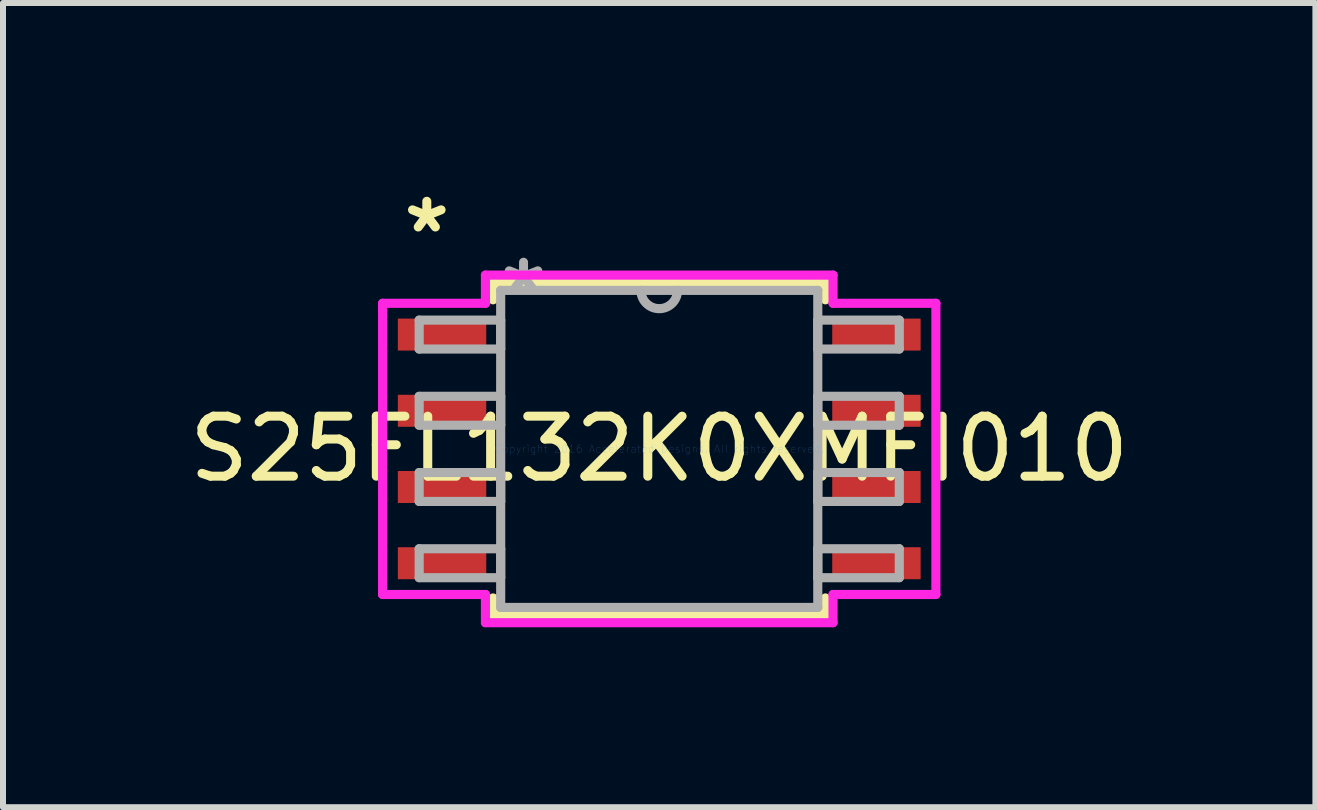
<source format=kicad_pcb>
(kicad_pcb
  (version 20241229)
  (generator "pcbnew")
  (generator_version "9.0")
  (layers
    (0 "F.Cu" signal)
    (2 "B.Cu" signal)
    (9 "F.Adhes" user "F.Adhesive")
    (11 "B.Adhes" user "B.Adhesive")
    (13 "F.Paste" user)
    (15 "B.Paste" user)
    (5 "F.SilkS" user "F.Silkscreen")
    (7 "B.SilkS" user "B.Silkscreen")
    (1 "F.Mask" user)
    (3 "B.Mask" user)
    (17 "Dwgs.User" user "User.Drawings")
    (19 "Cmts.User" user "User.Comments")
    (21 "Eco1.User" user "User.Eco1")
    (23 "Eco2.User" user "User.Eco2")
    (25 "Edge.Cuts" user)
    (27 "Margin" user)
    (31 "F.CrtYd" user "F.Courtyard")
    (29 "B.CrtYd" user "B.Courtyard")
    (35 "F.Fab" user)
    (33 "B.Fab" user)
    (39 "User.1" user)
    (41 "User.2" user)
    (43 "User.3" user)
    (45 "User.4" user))
  (footprint "S25FL132K0XMFI010"
    (layer "F.Cu")
    (at 7.935 4.43)
    (property "Reference" "S25FL132K0XMFI010" (at 0 0 0) (layer "F.SilkS") (effects (font (size 1 1) (thickness 0.15))))
    (attr through_hole)
    (fp_line (start -2.769 -2.769) (end -2.769 -2.484) (stroke (width 0.152) (type solid)) (layer "F.SilkS"))
    (fp_line (start -2.769 2.484) (end -2.769 2.769) (stroke (width 0.152) (type solid)) (layer "F.SilkS"))
    (fp_line (start -2.769 2.769) (end 2.769 2.769) (stroke (width 0.152) (type solid)) (layer "F.SilkS"))
    (fp_line (start 2.769 -2.769) (end -2.769 -2.769) (stroke (width 0.152) (type solid)) (layer "F.SilkS"))
    (fp_line (start 2.769 -2.484) (end 2.769 -2.769) (stroke (width 0.152) (type solid)) (layer "F.SilkS"))
    (fp_line (start 2.769 2.769) (end 2.769 2.484) (stroke (width 0.152) (type solid)) (layer "F.SilkS"))
    (fp_line (start -4.61 -2.426) (end -2.896 -2.426) (stroke (width 0.152) (type solid)) (layer "F.CrtYd"))
    (fp_line (start -4.61 2.426) (end -4.61 -2.426) (stroke (width 0.152) (type solid)) (layer "F.CrtYd"))
    (fp_line (start -2.896 -2.896) (end 2.896 -2.896) (stroke (width 0.152) (type solid)) (layer "F.CrtYd"))
    (fp_line (start -2.896 -2.426) (end -2.896 -2.896) (stroke (width 0.152) (type solid)) (layer "F.CrtYd"))
    (fp_line (start -2.896 2.426) (end -4.61 2.426) (stroke (width 0.152) (type solid)) (layer "F.CrtYd"))
    (fp_line (start -2.896 2.896) (end -2.896 2.426) (stroke (width 0.152) (type solid)) (layer "F.CrtYd"))
    (fp_line (start 2.896 -2.896) (end 2.896 -2.426) (stroke (width 0.152) (type solid)) (layer "F.CrtYd"))
    (fp_line (start 2.896 -2.426) (end 4.61 -2.426) (stroke (width 0.152) (type solid)) (layer "F.CrtYd"))
    (fp_line (start 2.896 2.426) (end 2.896 2.896) (stroke (width 0.152) (type solid)) (layer "F.CrtYd"))
    (fp_line (start 2.896 2.896) (end -2.896 2.896) (stroke (width 0.152) (type solid)) (layer "F.CrtYd"))
    (fp_line (start 4.61 -2.426) (end 4.61 2.426) (stroke (width 0.152) (type solid)) (layer "F.CrtYd"))
    (fp_line (start 4.61 2.426) (end 2.896 2.426) (stroke (width 0.152) (type solid)) (layer "F.CrtYd"))
    (fp_line (start -4 -2.146) (end -4 -1.664) (stroke (width 0.152) (type solid)) (layer "F.Fab"))
    (fp_line (start -4 -1.664) (end -2.642 -1.664) (stroke (width 0.152) (type solid)) (layer "F.Fab"))
    (fp_line (start -4 -0.876) (end -4 -0.394) (stroke (width 0.152) (type solid)) (layer "F.Fab"))
    (fp_line (start -4 -0.394) (end -2.642 -0.394) (stroke (width 0.152) (type solid)) (layer "F.Fab"))
    (fp_line (start -4 0.394) (end -4 0.876) (stroke (width 0.152) (type solid)) (layer "F.Fab"))
    (fp_line (start -4 0.876) (end -2.642 0.876) (stroke (width 0.152) (type solid)) (layer "F.Fab"))
    (fp_line (start -4 1.664) (end -4 2.146) (stroke (width 0.152) (type solid)) (layer "F.Fab"))
    (fp_line (start -4 2.146) (end -2.642 2.146) (stroke (width 0.152) (type solid)) (layer "F.Fab"))
    (fp_line (start -2.642 -2.642) (end -2.642 2.642) (stroke (width 0.152) (type solid)) (layer "F.Fab"))
    (fp_line (start -2.642 -2.146) (end -4 -2.146) (stroke (width 0.152) (type solid)) (layer "F.Fab"))
    (fp_line (start -2.642 -1.664) (end -2.642 -2.146) (stroke (width 0.152) (type solid)) (layer "F.Fab"))
    (fp_line (start -2.642 -0.876) (end -4 -0.876) (stroke (width 0.152) (type solid)) (layer "F.Fab"))
    (fp_line (start -2.642 -0.394) (end -2.642 -0.876) (stroke (width 0.152) (type solid)) (layer "F.Fab"))
    (fp_line (start -2.642 0.394) (end -4 0.394) (stroke (width 0.152) (type solid)) (layer "F.Fab"))
    (fp_line (start -2.642 0.876) (end -2.642 0.394) (stroke (width 0.152) (type solid)) (layer "F.Fab"))
    (fp_line (start -2.642 1.664) (end -4 1.664) (stroke (width 0.152) (type solid)) (layer "F.Fab"))
    (fp_line (start -2.642 2.146) (end -2.642 1.664) (stroke (width 0.152) (type solid)) (layer "F.Fab"))
    (fp_line (start -2.642 2.642) (end 2.642 2.642) (stroke (width 0.152) (type solid)) (layer "F.Fab"))
    (fp_line (start 2.642 -2.642) (end -2.642 -2.642) (stroke (width 0.152) (type solid)) (layer "F.Fab"))
    (fp_line (start 2.642 -2.146) (end 2.642 -1.664) (stroke (width 0.152) (type solid)) (layer "F.Fab"))
    (fp_line (start 2.642 -1.664) (end 4 -1.664) (stroke (width 0.152) (type solid)) (layer "F.Fab"))
    (fp_line (start 2.642 -0.876) (end 2.642 -0.394) (stroke (width 0.152) (type solid)) (layer "F.Fab"))
    (fp_line (start 2.642 -0.394) (end 4 -0.394) (stroke (width 0.152) (type solid)) (layer "F.Fab"))
    (fp_line (start 2.642 0.394) (end 2.642 0.876) (stroke (width 0.152) (type solid)) (layer "F.Fab"))
    (fp_line (start 2.642 0.876) (end 4 0.876) (stroke (width 0.152) (type solid)) (layer "F.Fab"))
    (fp_line (start 2.642 1.664) (end 2.642 2.146) (stroke (width 0.152) (type solid)) (layer "F.Fab"))
    (fp_line (start 2.642 2.146) (end 4 2.146) (stroke (width 0.152) (type solid)) (layer "F.Fab"))
    (fp_line (start 2.642 2.642) (end 2.642 -2.642) (stroke (width 0.152) (type solid)) (layer "F.Fab"))
    (fp_line (start 4 -2.146) (end 2.642 -2.146) (stroke (width 0.152) (type solid)) (layer "F.Fab"))
    (fp_line (start 4 -1.664) (end 4 -2.146) (stroke (width 0.152) (type solid)) (layer "F.Fab"))
    (fp_line (start 4 -0.876) (end 2.642 -0.876) (stroke (width 0.152) (type solid)) (layer "F.Fab"))
    (fp_line (start 4 -0.394) (end 4 -0.876) (stroke (width 0.152) (type solid)) (layer "F.Fab"))
    (fp_line (start 4 0.394) (end 2.642 0.394) (stroke (width 0.152) (type solid)) (layer "F.Fab"))
    (fp_line (start 4 0.876) (end 4 0.394) (stroke (width 0.152) (type solid)) (layer "F.Fab"))
    (fp_line (start 4 1.664) (end 2.642 1.664) (stroke (width 0.152) (type solid)) (layer "F.Fab"))
    (fp_line (start 4 2.146) (end 4 1.664) (stroke (width 0.152) (type solid)) (layer "F.Fab"))
    (fp_arc (start 0.3048 -2.6416) (mid 0 -2.3368) (end -0.3048 -2.6416) (stroke (width 0.1524) (type solid)) (layer "F.Fab"))
    (fp_text user "*" (at -3.873 -3.581 0) (layer "F.SilkS") (effects (font (size 1 1) (thickness 0.15))))
    (fp_text user "Copyright 2016 Accelerated Designs. All rights reserved." (at 0 0 0) (layer "Cmts.User") (effects (font (size 0.127 0.127) (thickness 0.002))))
    (fp_text user "*" (at -2.261 -2.565 0) (layer "F.Fab") (effects (font (size 1 1) (thickness 0.15))))
    (pad "1" smd rect (at -3.619 -1.905) (size 1.473 0.533) (layers "F.Cu" "F.Mask" "F.Paste"))
    (pad "2" smd rect (at -3.619 -0.635) (size 1.473 0.533) (layers "F.Cu" "F.Mask" "F.Paste"))
    (pad "3" smd rect (at -3.619 0.635) (size 1.473 0.533) (layers "F.Cu" "F.Mask" "F.Paste"))
    (pad "4" smd rect (at -3.619 1.905) (size 1.473 0.533) (layers "F.Cu" "F.Mask" "F.Paste"))
    (pad "5" smd rect (at 3.619 1.905) (size 1.473 0.533) (layers "F.Cu" "F.Mask" "F.Paste"))
    (pad "6" smd rect (at 3.619 0.635) (size 1.473 0.533) (layers "F.Cu" "F.Mask" "F.Paste"))
    (pad "7" smd rect (at 3.619 -0.635) (size 1.473 0.533) (layers "F.Cu" "F.Mask" "F.Paste"))
    (pad "8" smd rect (at 3.619 -1.905) (size 1.473 0.533) (layers "F.Cu" "F.Mask" "F.Paste")))
  (gr_rect
    (start -3 -3)
    (end 18.869 10.401)
    (stroke (width 0.1) (type default))
    (fill no)
    (layer "Edge.Cuts")))
</source>
